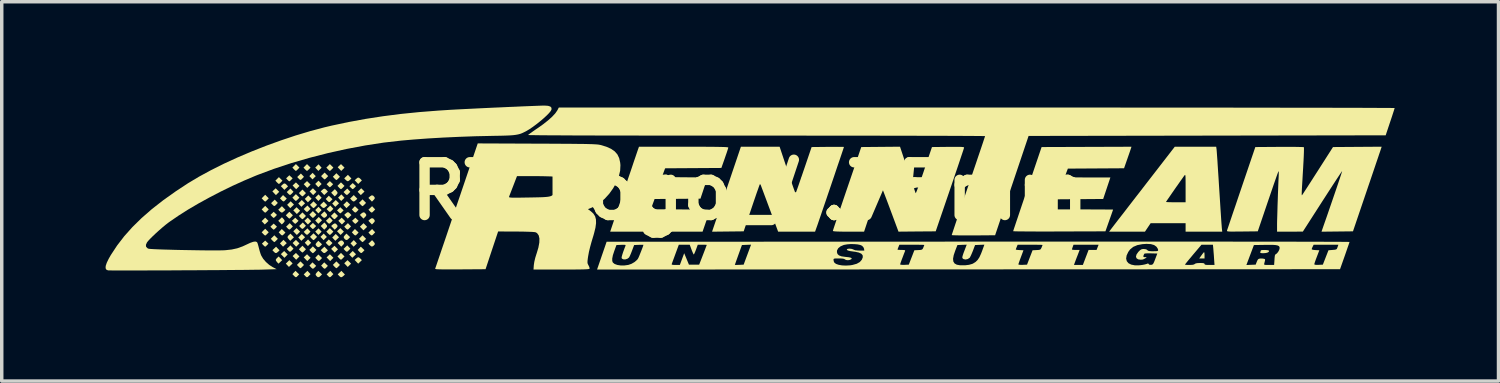
<source format=kicad_pcb>
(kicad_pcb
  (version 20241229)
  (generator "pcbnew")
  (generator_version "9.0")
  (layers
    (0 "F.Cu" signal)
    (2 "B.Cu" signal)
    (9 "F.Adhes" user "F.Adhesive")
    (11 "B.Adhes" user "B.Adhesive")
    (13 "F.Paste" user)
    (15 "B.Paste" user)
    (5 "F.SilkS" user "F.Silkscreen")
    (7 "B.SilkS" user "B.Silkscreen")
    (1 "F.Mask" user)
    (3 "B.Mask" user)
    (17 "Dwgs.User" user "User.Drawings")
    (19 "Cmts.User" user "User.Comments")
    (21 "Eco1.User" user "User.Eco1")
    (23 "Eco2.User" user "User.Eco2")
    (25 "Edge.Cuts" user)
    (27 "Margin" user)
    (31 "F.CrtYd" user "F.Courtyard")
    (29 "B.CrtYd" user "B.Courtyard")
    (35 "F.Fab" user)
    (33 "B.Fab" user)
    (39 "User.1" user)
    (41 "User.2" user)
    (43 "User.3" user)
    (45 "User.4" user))
  (footprint "RT_Logo_4.75mm"
    (layer "F.Cu")
    (at 18.613 2.472)
    (property "Reference" "RT_Logo_4.75mm" (at 0 0 0) (layer "F.SilkS") (effects (font (size 1.524 1.524) (thickness 0.3))))
    (attr board_only exclude_from_pos_files exclude_from_bom)
    (fp_poly (pts (xy -13.907 0.86) (xy -13.96 0.912) (xy -14.014 0.963) (xy -14.059 0.915) (xy -14.104 0.867) (xy -14.002 0.765)) (stroke (width 0) (type solid)) (fill yes) (layer "F.SilkS"))
    (fp_poly (pts (xy -13.379 1.502) (xy -13.432 1.553) (xy -13.486 1.604) (xy -13.531 1.557) (xy -13.576 1.509) (xy -13.474 1.407)) (stroke (width 0) (type solid)) (fill yes) (layer "F.SilkS"))
    (fp_poly (pts (xy -13.352 1.83) (xy -13.447 1.926) (xy -13.498 1.872) (xy -13.55 1.819) (xy -13.502 1.774) (xy -13.454 1.729)) (stroke (width 0) (type solid)) (fill yes) (layer "F.SilkS"))
    (fp_poly (pts (xy -13.209 2.087) (xy -13.262 2.138) (xy -13.316 2.189) (xy -13.361 2.142) (xy -13.406 2.094) (xy -13.304 1.992)) (stroke (width 0) (type solid)) (fill yes) (layer "F.SilkS"))
    (fp_poly (pts (xy -13.171 0.388) (xy -13.225 0.44) (xy -13.278 0.491) (xy -13.323 0.443) (xy -13.368 0.395) (xy -13.266 0.293)) (stroke (width 0) (type solid)) (fill yes) (layer "F.SilkS"))
    (fp_poly (pts (xy -13.063 -0.202) (xy -13.012 -0.151) (xy -13.107 -0.056) (xy -13.159 -0.109) (xy -13.21 -0.163) (xy -13.114 -0.253)) (stroke (width 0) (type solid)) (fill yes) (layer "F.SilkS"))
    (fp_poly (pts (xy -13.063 1.459) (xy -13.012 1.51) (xy -13.107 1.605) (xy -13.159 1.551) (xy -13.21 1.498) (xy -13.114 1.408)) (stroke (width 0) (type solid)) (fill yes) (layer "F.SilkS"))
    (fp_poly (pts (xy -13.012 1.887) (xy -13.06 1.935) (xy -13.107 1.982) (xy -13.21 1.875) (xy -13.162 1.83) (xy -13.114 1.785)) (stroke (width 0) (type solid)) (fill yes) (layer "F.SilkS"))
    (fp_poly (pts (xy -12.85 0.351) (xy -12.904 0.402) (xy -12.957 0.453) (xy -13.002 0.405) (xy -13.047 0.358) (xy -12.945 0.256)) (stroke (width 0) (type solid)) (fill yes) (layer "F.SilkS"))
    (fp_poly (pts (xy -12.661 0.219) (xy -12.715 0.27) (xy -12.769 0.321) (xy -12.814 0.273) (xy -12.859 0.225) (xy -12.757 0.124)) (stroke (width 0) (type solid)) (fill yes) (layer "F.SilkS"))
    (fp_poly (pts (xy -12.522 0.019) (xy -12.617 0.114) (xy -12.668 0.06) (xy -12.719 0.007) (xy -12.671 -0.038) (xy -12.623 -0.083)) (stroke (width 0) (type solid)) (fill yes) (layer "F.SilkS"))
    (fp_poly (pts (xy -12.417 -0.727) (xy -12.372 -0.678) (xy -12.466 -0.584) (xy -12.511 -0.632) (xy -12.557 -0.68) (xy -12.462 -0.775)) (stroke (width 0) (type solid)) (fill yes) (layer "F.SilkS"))
    (fp_poly (pts (xy -12.417 -0.255) (xy -12.372 -0.207) (xy -12.466 -0.112) (xy -12.511 -0.16) (xy -12.557 -0.209) (xy -12.462 -0.303)) (stroke (width 0) (type solid)) (fill yes) (layer "F.SilkS"))
    (fp_poly (pts (xy -12.082 1.874) (xy -12.031 1.925) (xy -12.126 2.02) (xy -12.177 1.966) (xy -12.229 1.913) (xy -12.133 1.823)) (stroke (width 0) (type solid)) (fill yes) (layer "F.SilkS"))
    (fp_poly (pts (xy -11.899 1.679) (xy -11.946 1.727) (xy -11.994 1.775) (xy -12.097 1.668) (xy -12.049 1.623) (xy -12.001 1.578)) (stroke (width 0) (type solid)) (fill yes) (layer "F.SilkS"))
    (fp_poly (pts (xy -11.869 0.351) (xy -11.922 0.402) (xy -11.976 0.453) (xy -12.021 0.405) (xy -12.066 0.358) (xy -11.964 0.256)) (stroke (width 0) (type solid)) (fill yes) (layer "F.SilkS"))
    (fp_poly (pts (xy -11.742 0.817) (xy -11.691 0.868) (xy -11.786 0.963) (xy -11.838 0.91) (xy -11.889 0.856) (xy -11.793 0.766)) (stroke (width 0) (type solid)) (fill yes) (layer "F.SilkS"))
    (fp_poly (pts (xy -11.548 0.388) (xy -11.602 0.44) (xy -11.655 0.491) (xy -11.745 0.395) (xy -11.694 0.344) (xy -11.643 0.293)) (stroke (width 0) (type solid)) (fill yes) (layer "F.SilkS"))
    (fp_poly (pts (xy -11.133 0.011) (xy -11.186 0.062) (xy -11.24 0.114) (xy -11.285 0.066) (xy -11.33 0.018) (xy -11.228 -0.084)) (stroke (width 0) (type solid)) (fill yes) (layer "F.SilkS"))
    (fp_poly (pts (xy -13.648 -0.032) (xy -13.597 0.019) (xy -13.692 0.114) (xy -13.744 0.06) (xy -13.795 0.007) (xy -13.747 -0.038) (xy -13.699 -0.083)) (stroke (width 0) (type solid)) (fill yes) (layer "F.SilkS"))
    (fp_poly (pts (xy -13.044 0.515) (xy -12.993 0.566) (xy -13.041 0.614) (xy -13.088 0.661) (xy -13.191 0.554) (xy -13.143 0.509) (xy -13.095 0.464)) (stroke (width 0) (type solid)) (fill yes) (layer "F.SilkS"))
    (fp_poly (pts (xy -13.044 1.119) (xy -12.993 1.17) (xy -13.088 1.265) (xy -13.14 1.212) (xy -13.191 1.158) (xy -13.143 1.113) (xy -13.095 1.068)) (stroke (width 0) (type solid)) (fill yes) (layer "F.SilkS"))
    (fp_poly (pts (xy -12.85 1.332) (xy -12.904 1.383) (xy -12.957 1.435) (xy -13.002 1.387) (xy -13.047 1.339) (xy -12.996 1.288) (xy -12.945 1.237)) (stroke (width 0) (type solid)) (fill yes) (layer "F.SilkS"))
    (fp_poly (pts (xy -12.742 -0.24) (xy -12.691 -0.189) (xy -12.787 -0.094) (xy -12.838 -0.147) (xy -12.889 -0.201) (xy -12.841 -0.246) (xy -12.793 -0.291)) (stroke (width 0) (type solid)) (fill yes) (layer "F.SilkS"))
    (fp_poly (pts (xy -12.742 1.874) (xy -12.691 1.925) (xy -12.787 2.02) (xy -12.838 1.966) (xy -12.889 1.913) (xy -12.841 1.868) (xy -12.793 1.823)) (stroke (width 0) (type solid)) (fill yes) (layer "F.SilkS"))
    (fp_poly (pts (xy -12.724 0.817) (xy -12.673 0.868) (xy -12.768 0.963) (xy -12.819 0.91) (xy -12.87 0.856) (xy -12.822 0.811) (xy -12.774 0.766)) (stroke (width 0) (type solid)) (fill yes) (layer "F.SilkS"))
    (fp_poly (pts (xy -12.719 1.444) (xy -12.674 1.492) (xy -12.721 1.539) (xy -12.768 1.586) (xy -12.813 1.538) (xy -12.859 1.49) (xy -12.764 1.395)) (stroke (width 0) (type solid)) (fill yes) (layer "F.SilkS"))
    (fp_poly (pts (xy -12.587 -0.481) (xy -12.541 -0.433) (xy -12.636 -0.339) (xy -12.681 -0.387) (xy -12.726 -0.435) (xy -12.679 -0.482) (xy -12.632 -0.529)) (stroke (width 0) (type solid)) (fill yes) (layer "F.SilkS"))
    (fp_poly (pts (xy -12.417 0.142) (xy -12.372 0.19) (xy -12.466 0.284) (xy -12.511 0.236) (xy -12.557 0.188) (xy -12.509 0.14) (xy -12.462 0.093)) (stroke (width 0) (type solid)) (fill yes) (layer "F.SilkS"))
    (fp_poly (pts (xy -12.417 0.5) (xy -12.372 0.548) (xy -12.466 0.643) (xy -12.511 0.594) (xy -12.557 0.546) (xy -12.509 0.499) (xy -12.462 0.452)) (stroke (width 0) (type solid)) (fill yes) (layer "F.SilkS"))
    (fp_poly (pts (xy -12.417 1.123) (xy -12.372 1.171) (xy -12.466 1.265) (xy -12.511 1.217) (xy -12.557 1.169) (xy -12.509 1.122) (xy -12.462 1.075)) (stroke (width 0) (type solid)) (fill yes) (layer "F.SilkS"))
    (fp_poly (pts (xy -12.36 0.841) (xy -12.413 0.893) (xy -12.467 0.944) (xy -12.512 0.896) (xy -12.557 0.848) (xy -12.506 0.797) (xy -12.455 0.746)) (stroke (width 0) (type solid)) (fill yes) (layer "F.SilkS"))
    (fp_poly (pts (xy -11.869 1.332) (xy -11.922 1.383) (xy -11.976 1.435) (xy -12.021 1.387) (xy -12.066 1.339) (xy -12.015 1.288) (xy -11.964 1.237)) (stroke (width 0) (type solid)) (fill yes) (layer "F.SilkS"))
    (fp_poly (pts (xy -11.78 1.119) (xy -11.729 1.17) (xy -11.824 1.265) (xy -11.875 1.212) (xy -11.927 1.158) (xy -11.879 1.113) (xy -11.831 1.068)) (stroke (width 0) (type solid)) (fill yes) (layer "F.SilkS"))
    (fp_poly (pts (xy -11.761 -0.73) (xy -11.71 -0.679) (xy -11.805 -0.584) (xy -11.857 -0.638) (xy -11.908 -0.691) (xy -11.86 -0.736) (xy -11.812 -0.781)) (stroke (width 0) (type solid)) (fill yes) (layer "F.SilkS"))
    (fp_poly (pts (xy -11.756 0.142) (xy -11.711 0.19) (xy -11.806 0.284) (xy -11.851 0.236) (xy -11.896 0.188) (xy -11.849 0.14) (xy -11.802 0.093)) (stroke (width 0) (type solid)) (fill yes) (layer "F.SilkS"))
    (fp_poly (pts (xy -11.572 2.044) (xy -11.521 2.095) (xy -11.569 2.142) (xy -11.617 2.19) (xy -11.719 2.083) (xy -11.671 2.038) (xy -11.623 1.993)) (stroke (width 0) (type solid)) (fill yes) (layer "F.SilkS"))
    (fp_poly (pts (xy -11.426 1.775) (xy -11.378 1.823) (xy -11.485 1.925) (xy -11.53 1.877) (xy -11.575 1.829) (xy -11.524 1.778) (xy -11.473 1.728)) (stroke (width 0) (type solid)) (fill yes) (layer "F.SilkS"))
    (fp_poly (pts (xy -11.398 1.462) (xy -11.353 1.511) (xy -11.447 1.605) (xy -11.492 1.557) (xy -11.538 1.509) (xy -11.49 1.461) (xy -11.443 1.414)) (stroke (width 0) (type solid)) (fill yes) (layer "F.SilkS"))
    (fp_poly (pts (xy -13.417 1.196) (xy -13.458 1.24) (xy -13.493 1.273) (xy -13.518 1.279) (xy -13.548 1.257) (xy -13.568 1.236) (xy -13.612 1.189) (xy -13.523 1.094)) (stroke (width 0) (type solid)) (fill yes) (layer "F.SilkS"))
    (fp_poly (pts (xy -12.266 1.274) (xy -12.221 1.322) (xy -12.268 1.369) (xy -12.315 1.416) (xy -12.36 1.368) (xy -12.406 1.32) (xy -12.358 1.273) (xy -12.311 1.226)) (stroke (width 0) (type solid)) (fill yes) (layer "F.SilkS"))
    (fp_poly (pts (xy -12.052 0.849) (xy -12.096 0.896) (xy -12.133 0.932) (xy -12.159 0.939) (xy -12.187 0.919) (xy -12.206 0.9) (xy -12.247 0.856) (xy -12.141 0.754)) (stroke (width 0) (type solid)) (fill yes) (layer "F.SilkS"))
    (fp_poly (pts (xy -11.109 0.978) (xy -11.058 1.031) (xy -11.111 1.082) (xy -11.164 1.132) (xy -11.215 1.079) (xy -11.266 1.026) (xy -11.213 0.975) (xy -11.16 0.925)) (stroke (width 0) (type solid)) (fill yes) (layer "F.SilkS"))
    (fp_poly (pts (xy -13.681 0.292) (xy -13.637 0.34) (xy -13.681 0.387) (xy -13.718 0.422) (xy -13.744 0.43) (xy -13.772 0.41) (xy -13.791 0.39) (xy -13.832 0.347) (xy -13.726 0.245)) (stroke (width 0) (type solid)) (fill yes) (layer "F.SilkS"))
    (fp_poly (pts (xy -13.638 1.657) (xy -13.587 1.71) (xy -13.63 1.752) (xy -13.673 1.785) (xy -13.707 1.787) (xy -13.744 1.759) (xy -13.753 1.749) (xy -13.794 1.705) (xy -13.688 1.604)) (stroke (width 0) (type solid)) (fill yes) (layer "F.SilkS"))
    (fp_poly (pts (xy -13.392 -0.193) (xy -13.383 -0.183) (xy -13.342 -0.139) (xy -13.395 -0.088) (xy -13.448 -0.038) (xy -13.55 -0.144) (xy -13.506 -0.185) (xy -13.463 -0.219) (xy -13.43 -0.221)) (stroke (width 0) (type solid)) (fill yes) (layer "F.SilkS"))
    (fp_poly (pts (xy -13.379 0.215) (xy -13.42 0.258) (xy -13.455 0.292) (xy -13.481 0.297) (xy -13.51 0.275) (xy -13.53 0.255) (xy -13.575 0.208) (xy -13.53 0.16) (xy -13.486 0.113)) (stroke (width 0) (type solid)) (fill yes) (layer "F.SilkS"))
    (fp_poly (pts (xy -13.247 0.972) (xy -13.203 1.019) (xy -13.247 1.066) (xy -13.284 1.102) (xy -13.31 1.109) (xy -13.338 1.089) (xy -13.357 1.07) (xy -13.398 1.026) (xy -13.292 0.924)) (stroke (width 0) (type solid)) (fill yes) (layer "F.SilkS"))
    (fp_poly (pts (xy -13.229 -0.029) (xy -13.184 0.019) (xy -13.228 0.066) (xy -13.265 0.102) (xy -13.291 0.109) (xy -13.32 0.089) (xy -13.338 0.07) (xy -13.379 0.026) (xy -13.273 -0.076)) (stroke (width 0) (type solid)) (fill yes) (layer "F.SilkS"))
    (fp_poly (pts (xy -13.229 1.613) (xy -13.184 1.661) (xy -13.228 1.708) (xy -13.265 1.743) (xy -13.291 1.751) (xy -13.32 1.731) (xy -13.338 1.711) (xy -13.379 1.668) (xy -13.273 1.566)) (stroke (width 0) (type solid)) (fill yes) (layer "F.SilkS"))
    (fp_poly (pts (xy -12.927 -0.463) (xy -12.882 -0.415) (xy -12.926 -0.368) (xy -12.963 -0.332) (xy -12.989 -0.325) (xy -13.018 -0.345) (xy -13.036 -0.364) (xy -13.077 -0.408) (xy -12.971 -0.51)) (stroke (width 0) (type solid)) (fill yes) (layer "F.SilkS"))
    (fp_poly (pts (xy -12.826 1) (xy -12.87 1.047) (xy -12.907 1.083) (xy -12.932 1.09) (xy -12.961 1.07) (xy -12.98 1.051) (xy -13.021 1.007) (xy -12.968 0.956) (xy -12.915 0.905)) (stroke (width 0) (type solid)) (fill yes) (layer "F.SilkS"))
    (fp_poly (pts (xy -12.693 0.51) (xy -12.738 0.557) (xy -12.774 0.592) (xy -12.8 0.6) (xy -12.829 0.58) (xy -12.848 0.56) (xy -12.889 0.517) (xy -12.836 0.466) (xy -12.782 0.415)) (stroke (width 0) (type solid)) (fill yes) (layer "F.SilkS"))
    (fp_poly (pts (xy -12.53 2.158) (xy -12.571 2.202) (xy -12.606 2.235) (xy -12.631 2.241) (xy -12.661 2.219) (xy -12.681 2.198) (xy -12.725 2.151) (xy -12.681 2.104) (xy -12.636 2.057)) (stroke (width 0) (type solid)) (fill yes) (layer "F.SilkS"))
    (fp_poly (pts (xy -12.241 1.657) (xy -12.19 1.71) (xy -12.234 1.752) (xy -12.277 1.785) (xy -12.31 1.787) (xy -12.347 1.759) (xy -12.357 1.749) (xy -12.398 1.705) (xy -12.292 1.604)) (stroke (width 0) (type solid)) (fill yes) (layer "F.SilkS"))
    (fp_poly (pts (xy -12.191 2.158) (xy -12.232 2.202) (xy -12.266 2.235) (xy -12.292 2.241) (xy -12.322 2.219) (xy -12.341 2.198) (xy -12.386 2.151) (xy -12.341 2.104) (xy -12.297 2.057)) (stroke (width 0) (type solid)) (fill yes) (layer "F.SilkS"))
    (fp_poly (pts (xy -12.077 0.462) (xy -12.033 0.51) (xy -12.077 0.557) (xy -12.114 0.592) (xy -12.14 0.6) (xy -12.168 0.58) (xy -12.187 0.56) (xy -12.228 0.517) (xy -12.122 0.415)) (stroke (width 0) (type solid)) (fill yes) (layer "F.SilkS"))
    (fp_poly (pts (xy -12.058 0.233) (xy -12.099 0.277) (xy -12.134 0.31) (xy -12.16 0.316) (xy -12.189 0.294) (xy -12.209 0.274) (xy -12.254 0.226) (xy -12.209 0.179) (xy -12.165 0.132)) (stroke (width 0) (type solid)) (fill yes) (layer "F.SilkS"))
    (fp_poly (pts (xy -11.587 -0.029) (xy -11.542 0.019) (xy -11.587 0.066) (xy -11.623 0.102) (xy -11.649 0.109) (xy -11.678 0.089) (xy -11.697 0.07) (xy -11.738 0.026) (xy -11.631 -0.076)) (stroke (width 0) (type solid)) (fill yes) (layer "F.SilkS"))
    (fp_poly (pts (xy -11.587 1.613) (xy -11.542 1.661) (xy -11.587 1.708) (xy -11.623 1.743) (xy -11.649 1.751) (xy -11.678 1.731) (xy -11.697 1.711) (xy -11.738 1.668) (xy -11.631 1.566)) (stroke (width 0) (type solid)) (fill yes) (layer "F.SilkS"))
    (fp_poly (pts (xy -11.568 0.972) (xy -11.523 1.019) (xy -11.568 1.066) (xy -11.605 1.102) (xy -11.63 1.109) (xy -11.659 1.089) (xy -11.678 1.07) (xy -11.719 1.026) (xy -11.612 0.924)) (stroke (width 0) (type solid)) (fill yes) (layer "F.SilkS"))
    (fp_poly (pts (xy -11.562 0.638) (xy -11.552 0.648) (xy -11.511 0.691) (xy -11.617 0.793) (xy -11.668 0.74) (xy -11.719 0.686) (xy -11.675 0.645) (xy -11.633 0.612) (xy -11.599 0.609)) (stroke (width 0) (type solid)) (fill yes) (layer "F.SilkS"))
    (fp_poly (pts (xy -11.562 -0.419) (xy -11.511 -0.365) (xy -11.555 -0.324) (xy -11.597 -0.291) (xy -11.631 -0.288) (xy -11.668 -0.317) (xy -11.678 -0.327) (xy -11.719 -0.37) (xy -11.613 -0.472)) (stroke (width 0) (type solid)) (fill yes) (layer "F.SilkS"))
    (fp_poly (pts (xy -11.304 1.196) (xy -11.345 1.24) (xy -11.379 1.273) (xy -11.405 1.279) (xy -11.435 1.257) (xy -11.455 1.236) (xy -11.499 1.189) (xy -11.454 1.141) (xy -11.41 1.094)) (stroke (width 0) (type solid)) (fill yes) (layer "F.SilkS"))
    (fp_poly (pts (xy -10.87 1.141) (xy -10.825 1.189) (xy -10.87 1.236) (xy -10.906 1.272) (xy -10.932 1.279) (xy -10.961 1.259) (xy -10.979 1.24) (xy -11.02 1.196) (xy -10.914 1.094)) (stroke (width 0) (type solid)) (fill yes) (layer "F.SilkS"))
    (fp_poly (pts (xy 13.128 1.773) (xy 13.133 1.813) (xy 13.134 1.848) (xy 13.134 1.944) (xy 12.981 1.944) (xy 13.043 1.857) (xy 13.079 1.808) (xy 13.108 1.773) (xy 13.119 1.762)) (stroke (width 0) (type solid)) (fill yes) (layer "F.SilkS"))
    (fp_poly (pts (xy -13.562 1.94) (xy -13.511 1.993) (xy -13.564 2.044) (xy -13.618 2.095) (xy -13.659 2.051) (xy -13.692 2.008) (xy -13.695 1.975) (xy -13.667 1.938) (xy -13.656 1.928) (xy -13.613 1.887)) (stroke (width 0) (type solid)) (fill yes) (layer "F.SilkS"))
    (fp_poly (pts (xy -13.477 0.798) (xy -13.444 0.841) (xy -13.441 0.874) (xy -13.47 0.912) (xy -13.48 0.921) (xy -13.523 0.962) (xy -13.574 0.909) (xy -13.625 0.856) (xy -13.572 0.805) (xy -13.518 0.754)) (stroke (width 0) (type solid)) (fill yes) (layer "F.SilkS"))
    (fp_poly (pts (xy -13.468 0.487) (xy -13.417 0.54) (xy -13.461 0.582) (xy -13.503 0.615) (xy -13.537 0.617) (xy -13.574 0.589) (xy -13.584 0.579) (xy -13.625 0.535) (xy -13.572 0.485) (xy -13.519 0.434)) (stroke (width 0) (type solid)) (fill yes) (layer "F.SilkS"))
    (fp_poly (pts (xy -13.222 1.28) (xy -13.172 1.333) (xy -13.225 1.384) (xy -13.278 1.435) (xy -13.319 1.391) (xy -13.353 1.348) (xy -13.355 1.315) (xy -13.327 1.277) (xy -13.317 1.268) (xy -13.273 1.227)) (stroke (width 0) (type solid)) (fill yes) (layer "F.SilkS"))
    (fp_poly (pts (xy -13.074 2.353) (xy -13.021 2.404) (xy -13.062 2.447) (xy -13.097 2.481) (xy -13.122 2.486) (xy -13.152 2.464) (xy -13.172 2.444) (xy -13.216 2.397) (xy -13.172 2.349) (xy -13.127 2.302)) (stroke (width 0) (type solid)) (fill yes) (layer "F.SilkS"))
    (fp_poly (pts (xy -13.013 -0.68) (xy -13.058 -0.633) (xy -13.091 -0.601) (xy -13.114 -0.585) (xy -13.115 -0.585) (xy -13.135 -0.597) (xy -13.168 -0.628) (xy -13.172 -0.633) (xy -13.217 -0.68) (xy -13.115 -0.782)) (stroke (width 0) (type solid)) (fill yes) (layer "F.SilkS"))
    (fp_poly (pts (xy -12.738 1.123) (xy -12.693 1.17) (xy -12.738 1.217) (xy -12.774 1.253) (xy -12.8 1.26) (xy -12.829 1.24) (xy -12.848 1.221) (xy -12.889 1.177) (xy -12.836 1.126) (xy -12.782 1.075)) (stroke (width 0) (type solid)) (fill yes) (layer "F.SilkS"))
    (fp_poly (pts (xy -12.738 2.349) (xy -12.693 2.397) (xy -12.738 2.444) (xy -12.774 2.479) (xy -12.8 2.487) (xy -12.829 2.467) (xy -12.848 2.447) (xy -12.889 2.404) (xy -12.836 2.353) (xy -12.782 2.302)) (stroke (width 0) (type solid)) (fill yes) (layer "F.SilkS"))
    (fp_poly (pts (xy -12.523 1.697) (xy -12.567 1.745) (xy -12.601 1.777) (xy -12.623 1.792) (xy -12.625 1.793) (xy -12.644 1.78) (xy -12.677 1.75) (xy -12.682 1.745) (xy -12.726 1.697) (xy -12.625 1.595)) (stroke (width 0) (type solid)) (fill yes) (layer "F.SilkS"))
    (fp_poly (pts (xy -12.413 1.881) (xy -12.36 1.932) (xy -12.401 1.976) (xy -12.436 2.009) (xy -12.462 2.015) (xy -12.491 1.993) (xy -12.511 1.972) (xy -12.556 1.925) (xy -12.511 1.877) (xy -12.467 1.83)) (stroke (width 0) (type solid)) (fill yes) (layer "F.SilkS"))
    (fp_poly (pts (xy -12.26 0.355) (xy -12.209 0.408) (xy -12.253 0.449) (xy -12.296 0.483) (xy -12.329 0.485) (xy -12.366 0.457) (xy -12.376 0.447) (xy -12.417 0.403) (xy -12.364 0.353) (xy -12.311 0.302)) (stroke (width 0) (type solid)) (fill yes) (layer "F.SilkS"))
    (fp_poly (pts (xy -12.251 0.949) (xy -12.217 0.992) (xy -12.215 1.025) (xy -12.243 1.063) (xy -12.253 1.072) (xy -12.297 1.113) (xy -12.347 1.06) (xy -12.398 1.007) (xy -12.345 0.956) (xy -12.292 0.905)) (stroke (width 0) (type solid)) (fill yes) (layer "F.SilkS"))
    (fp_poly (pts (xy -12.241 -0.042) (xy -12.232 -0.032) (xy -12.191 0.012) (xy -12.244 0.063) (xy -12.297 0.113) (xy -12.347 0.06) (xy -12.398 0.007) (xy -12.355 -0.034) (xy -12.312 -0.068) (xy -12.278 -0.07)) (stroke (width 0) (type solid)) (fill yes) (layer "F.SilkS"))
    (fp_poly (pts (xy -12.112 1.447) (xy -12.058 1.498) (xy -12.099 1.541) (xy -12.134 1.575) (xy -12.16 1.581) (xy -12.189 1.559) (xy -12.209 1.538) (xy -12.254 1.491) (xy -12.209 1.443) (xy -12.165 1.396)) (stroke (width 0) (type solid)) (fill yes) (layer "F.SilkS"))
    (fp_poly (pts (xy -12.077 2.349) (xy -12.033 2.397) (xy -12.077 2.444) (xy -12.114 2.479) (xy -12.14 2.487) (xy -12.168 2.467) (xy -12.187 2.447) (xy -12.228 2.404) (xy -12.175 2.353) (xy -12.122 2.302)) (stroke (width 0) (type solid)) (fill yes) (layer "F.SilkS"))
    (fp_poly (pts (xy -12.032 -0.68) (xy -12.077 -0.633) (xy -12.11 -0.601) (xy -12.132 -0.585) (xy -12.134 -0.585) (xy -12.154 -0.597) (xy -12.186 -0.628) (xy -12.191 -0.633) (xy -12.236 -0.68) (xy -12.134 -0.782)) (stroke (width 0) (type solid)) (fill yes) (layer "F.SilkS"))
    (fp_poly (pts (xy -11.949 -0.013) (xy -11.915 0.03) (xy -11.913 0.063) (xy -11.941 0.1) (xy -11.951 0.11) (xy -11.995 0.151) (xy -12.046 0.098) (xy -12.096 0.045) (xy -12.043 -0.006) (xy -11.99 -0.057)) (stroke (width 0) (type solid)) (fill yes) (layer "F.SilkS"))
    (fp_poly (pts (xy -11.9 0.716) (xy -11.945 0.764) (xy -11.978 0.796) (xy -12 0.811) (xy -12.002 0.811) (xy -12.022 0.799) (xy -12.054 0.769) (xy -12.059 0.764) (xy -12.104 0.716) (xy -12.002 0.614)) (stroke (width 0) (type solid)) (fill yes) (layer "F.SilkS"))
    (fp_poly (pts (xy -11.75 2.355) (xy -11.699 2.408) (xy -11.743 2.45) (xy -11.786 2.483) (xy -11.819 2.486) (xy -11.857 2.457) (xy -11.866 2.447) (xy -11.907 2.404) (xy -11.854 2.353) (xy -11.801 2.302)) (stroke (width 0) (type solid)) (fill yes) (layer "F.SilkS"))
    (fp_poly (pts (xy -11.549 1.328) (xy -11.59 1.372) (xy -11.633 1.408) (xy -11.669 1.41) (xy -11.706 1.381) (xy -11.732 1.345) (xy -11.732 1.315) (xy -11.703 1.277) (xy -11.696 1.27) (xy -11.655 1.226)) (stroke (width 0) (type solid)) (fill yes) (layer "F.SilkS"))
    (fp_poly (pts (xy -11.392 0.166) (xy -11.341 0.219) (xy -11.385 0.261) (xy -11.427 0.294) (xy -11.461 0.297) (xy -11.498 0.268) (xy -11.508 0.258) (xy -11.549 0.215) (xy -11.496 0.164) (xy -11.443 0.113)) (stroke (width 0) (type solid)) (fill yes) (layer "F.SilkS"))
    (fp_poly (pts (xy -11.357 0.485) (xy -11.304 0.535) (xy -11.345 0.579) (xy -11.379 0.612) (xy -11.405 0.618) (xy -11.435 0.596) (xy -11.455 0.576) (xy -11.499 0.528) (xy -11.454 0.481) (xy -11.41 0.434)) (stroke (width 0) (type solid)) (fill yes) (layer "F.SilkS"))
    (fp_poly (pts (xy -11.26 -0.363) (xy -11.25 -0.353) (xy -11.209 -0.309) (xy -11.262 -0.258) (xy -11.315 -0.207) (xy -11.366 -0.261) (xy -11.417 -0.314) (xy -11.373 -0.355) (xy -11.331 -0.388) (xy -11.297 -0.391)) (stroke (width 0) (type solid)) (fill yes) (layer "F.SilkS"))
    (fp_poly (pts (xy -11.26 1.94) (xy -11.25 1.95) (xy -11.209 1.993) (xy -11.262 2.044) (xy -11.315 2.095) (xy -11.366 2.042) (xy -11.417 1.988) (xy -11.373 1.947) (xy -11.331 1.914) (xy -11.297 1.911)) (stroke (width 0) (type solid)) (fill yes) (layer "F.SilkS"))
    (fp_poly (pts (xy -11.187 1.655) (xy -11.134 1.705) (xy -11.175 1.749) (xy -11.21 1.782) (xy -11.235 1.788) (xy -11.265 1.766) (xy -11.285 1.746) (xy -11.329 1.698) (xy -11.285 1.651) (xy -11.24 1.604)) (stroke (width 0) (type solid)) (fill yes) (layer "F.SilkS"))
    (fp_poly (pts (xy -10.87 0.481) (xy -10.825 0.528) (xy -10.87 0.576) (xy -10.906 0.611) (xy -10.932 0.619) (xy -10.961 0.598) (xy -10.979 0.579) (xy -11.02 0.535) (xy -10.967 0.485) (xy -10.914 0.434)) (stroke (width 0) (type solid)) (fill yes) (layer "F.SilkS"))
    (fp_poly (pts (xy -13.662 1.026) (xy -13.703 1.07) (xy -13.735 1.1) (xy -13.756 1.113) (xy -13.757 1.113) (xy -13.777 1.101) (xy -13.809 1.071) (xy -13.81 1.07) (xy -13.851 1.026) (xy -13.804 0.981) (xy -13.757 0.937)) (stroke (width 0) (type solid)) (fill yes) (layer "F.SilkS"))
    (fp_poly (pts (xy -13.253 0.646) (xy -13.202 0.697) (xy -13.247 0.745) (xy -13.28 0.777) (xy -13.302 0.792) (xy -13.304 0.793) (xy -13.324 0.78) (xy -13.356 0.75) (xy -13.361 0.745) (xy -13.406 0.697) (xy -13.304 0.595)) (stroke (width 0) (type solid)) (fill yes) (layer "F.SilkS"))
    (fp_poly (pts (xy -12.932 2.08) (xy -12.881 2.131) (xy -12.926 2.179) (xy -12.959 2.211) (xy -12.982 2.226) (xy -12.983 2.227) (xy -13.003 2.214) (xy -13.036 2.184) (xy -13.04 2.179) (xy -13.085 2.131) (xy -12.983 2.029)) (stroke (width 0) (type solid)) (fill yes) (layer "F.SilkS"))
    (fp_poly (pts (xy -12.875 0.005) (xy -12.825 0.056) (xy -12.869 0.103) (xy -12.903 0.135) (xy -12.925 0.151) (xy -12.926 0.151) (xy -12.946 0.139) (xy -12.979 0.108) (xy -12.984 0.103) (xy -13.028 0.056) (xy -12.926 -0.046)) (stroke (width 0) (type solid)) (fill yes) (layer "F.SilkS"))
    (fp_poly (pts (xy -12.555 1.269) (xy -12.504 1.32) (xy -12.549 1.368) (xy -12.582 1.4) (xy -12.604 1.415) (xy -12.606 1.415) (xy -12.626 1.403) (xy -12.658 1.372) (xy -12.663 1.368) (xy -12.708 1.32) (xy -12.606 1.218)) (stroke (width 0) (type solid)) (fill yes) (layer "F.SilkS"))
    (fp_poly (pts (xy -12.504 0.395) (xy -12.549 0.443) (xy -12.582 0.475) (xy -12.604 0.49) (xy -12.606 0.491) (xy -12.626 0.478) (xy -12.658 0.448) (xy -12.663 0.443) (xy -12.708 0.395) (xy -12.657 0.344) (xy -12.606 0.293)) (stroke (width 0) (type solid)) (fill yes) (layer "F.SilkS"))
    (fp_poly (pts (xy -12.413 1.485) (xy -12.36 1.536) (xy -12.401 1.579) (xy -12.445 1.615) (xy -12.481 1.618) (xy -12.518 1.588) (xy -12.544 1.553) (xy -12.543 1.523) (xy -12.514 1.485) (xy -12.508 1.478) (xy -12.467 1.434)) (stroke (width 0) (type solid)) (fill yes) (layer "F.SilkS"))
    (fp_poly (pts (xy -12.413 2.353) (xy -12.36 2.404) (xy -12.401 2.447) (xy -12.445 2.483) (xy -12.481 2.486) (xy -12.518 2.456) (xy -12.544 2.421) (xy -12.543 2.391) (xy -12.514 2.353) (xy -12.508 2.346) (xy -12.467 2.302)) (stroke (width 0) (type solid)) (fill yes) (layer "F.SilkS"))
    (fp_poly (pts (xy -11.961 0.939) (xy -11.921 0.983) (xy -11.918 0.987) (xy -11.911 1.016) (xy -11.929 1.048) (xy -11.946 1.066) (xy -11.994 1.114) (xy -12.045 1.061) (xy -12.097 1.007) (xy -12.048 0.962) (xy -12.002 0.933)) (stroke (width 0) (type solid)) (fill yes) (layer "F.SilkS"))
    (fp_poly (pts (xy -11.894 2.08) (xy -11.843 2.131) (xy -11.888 2.179) (xy -11.921 2.211) (xy -11.944 2.226) (xy -11.945 2.227) (xy -11.965 2.214) (xy -11.998 2.184) (xy -12.002 2.179) (xy -12.047 2.131) (xy -11.945 2.029)) (stroke (width 0) (type solid)) (fill yes) (layer "F.SilkS"))
    (fp_poly (pts (xy -11.843 -0.416) (xy -11.888 -0.368) (xy -11.921 -0.336) (xy -11.944 -0.321) (xy -11.945 -0.321) (xy -11.965 -0.333) (xy -11.998 -0.364) (xy -12.002 -0.368) (xy -12.047 -0.416) (xy -11.996 -0.467) (xy -11.945 -0.518)) (stroke (width 0) (type solid)) (fill yes) (layer "F.SilkS"))
    (fp_poly (pts (xy -11.772 1.43) (xy -11.732 1.474) (xy -11.73 1.478) (xy -11.722 1.506) (xy -11.74 1.538) (xy -11.758 1.557) (xy -11.805 1.605) (xy -11.857 1.551) (xy -11.908 1.498) (xy -11.86 1.452) (xy -11.813 1.423)) (stroke (width 0) (type solid)) (fill yes) (layer "F.SilkS"))
    (fp_poly (pts (xy -11.762 -0.203) (xy -11.711 -0.152) (xy -11.756 -0.104) (xy -11.789 -0.072) (xy -11.812 -0.057) (xy -11.813 -0.057) (xy -11.833 -0.069) (xy -11.866 -0.099) (xy -11.87 -0.104) (xy -11.915 -0.152) (xy -11.813 -0.254)) (stroke (width 0) (type solid)) (fill yes) (layer "F.SilkS"))
    (fp_poly (pts (xy -11.711 1.886) (xy -11.756 1.934) (xy -11.789 1.966) (xy -11.812 1.981) (xy -11.813 1.981) (xy -11.833 1.969) (xy -11.866 1.939) (xy -11.87 1.934) (xy -11.915 1.886) (xy -11.864 1.835) (xy -11.813 1.784)) (stroke (width 0) (type solid)) (fill yes) (layer "F.SilkS"))
    (fp_poly (pts (xy -11.139 1.326) (xy -11.088 1.377) (xy -11.133 1.424) (xy -11.167 1.456) (xy -11.189 1.472) (xy -11.19 1.472) (xy -11.21 1.459) (xy -11.243 1.429) (xy -11.247 1.424) (xy -11.292 1.377) (xy -11.19 1.275)) (stroke (width 0) (type solid)) (fill yes) (layer "F.SilkS"))
    (fp_poly (pts (xy -11.131 0.618) (xy -11.091 0.662) (xy -11.088 0.666) (xy -11.08 0.695) (xy -11.099 0.727) (xy -11.116 0.746) (xy -11.164 0.793) (xy -11.215 0.74) (xy -11.266 0.686) (xy -11.218 0.641) (xy -11.172 0.612)) (stroke (width 0) (type solid)) (fill yes) (layer "F.SilkS"))
    (fp_poly (pts (xy -11.088 0.339) (xy -11.133 0.386) (xy -11.167 0.418) (xy -11.189 0.434) (xy -11.19 0.434) (xy -11.21 0.422) (xy -11.243 0.391) (xy -11.247 0.386) (xy -11.292 0.339) (xy -11.241 0.288) (xy -11.19 0.237)) (stroke (width 0) (type solid)) (fill yes) (layer "F.SilkS"))
    (fp_poly (pts (xy -10.885 0.128) (xy -10.845 0.171) (xy -10.843 0.176) (xy -10.835 0.204) (xy -10.853 0.236) (xy -10.871 0.255) (xy -10.918 0.303) (xy -10.97 0.249) (xy -11.021 0.196) (xy -10.973 0.15) (xy -10.926 0.121)) (stroke (width 0) (type solid)) (fill yes) (layer "F.SilkS"))
    (fp_poly (pts (xy -10.885 0.788) (xy -10.845 0.832) (xy -10.843 0.836) (xy -10.835 0.865) (xy -10.853 0.897) (xy -10.871 0.915) (xy -10.918 0.963) (xy -10.97 0.91) (xy -11.021 0.856) (xy -10.973 0.811) (xy -10.926 0.782)) (stroke (width 0) (type solid)) (fill yes) (layer "F.SilkS"))
    (fp_poly (pts (xy -10.873 1.459) (xy -10.839 1.502) (xy -10.836 1.536) (xy -10.863 1.57) (xy -10.866 1.573) (xy -10.905 1.599) (xy -10.938 1.596) (xy -10.977 1.563) (xy -10.979 1.56) (xy -11.02 1.517) (xy -10.914 1.415)) (stroke (width 0) (type solid)) (fill yes) (layer "F.SilkS"))
    (fp_poly (pts (xy -13.955 1.472) (xy -13.908 1.516) (xy -13.949 1.56) (xy -13.981 1.591) (xy -14.002 1.604) (xy -14.002 1.604) (xy -14.022 1.592) (xy -14.054 1.562) (xy -14.056 1.56) (xy -14.097 1.516) (xy -14.049 1.472) (xy -14.002 1.428)) (stroke (width 0) (type solid)) (fill yes) (layer "F.SilkS"))
    (fp_poly (pts (xy -13.951 0.156) (xy -13.9 0.207) (xy -13.945 0.254) (xy -13.978 0.286) (xy -14.001 0.302) (xy -14.002 0.302) (xy -14.022 0.289) (xy -14.055 0.259) (xy -14.059 0.254) (xy -14.104 0.207) (xy -14.053 0.156) (xy -14.002 0.105)) (stroke (width 0) (type solid)) (fill yes) (layer "F.SilkS"))
    (fp_poly (pts (xy -13.951 0.476) (xy -13.9 0.527) (xy -13.945 0.575) (xy -13.978 0.607) (xy -14.001 0.622) (xy -14.002 0.623) (xy -14.022 0.61) (xy -14.055 0.58) (xy -14.059 0.575) (xy -14.104 0.527) (xy -14.053 0.476) (xy -14.002 0.425)) (stroke (width 0) (type solid)) (fill yes) (layer "F.SilkS"))
    (fp_poly (pts (xy -13.951 1.137) (xy -13.9 1.188) (xy -13.945 1.236) (xy -13.978 1.268) (xy -14.001 1.283) (xy -14.002 1.283) (xy -14.022 1.271) (xy -14.055 1.24) (xy -14.059 1.236) (xy -14.104 1.188) (xy -14.053 1.137) (xy -14.002 1.086)) (stroke (width 0) (type solid)) (fill yes) (layer "F.SilkS"))
    (fp_poly (pts (xy -13.709 0.642) (xy -13.662 0.686) (xy -13.703 0.73) (xy -13.735 0.76) (xy -13.756 0.774) (xy -13.757 0.774) (xy -13.777 0.761) (xy -13.809 0.731) (xy -13.81 0.73) (xy -13.851 0.686) (xy -13.804 0.642) (xy -13.757 0.597)) (stroke (width 0) (type solid)) (fill yes) (layer "F.SilkS"))
    (fp_poly (pts (xy -13.687 1.326) (xy -13.636 1.377) (xy -13.681 1.424) (xy -13.714 1.456) (xy -13.736 1.472) (xy -13.738 1.472) (xy -13.758 1.459) (xy -13.79 1.429) (xy -13.795 1.424) (xy -13.84 1.377) (xy -13.789 1.326) (xy -13.738 1.275)) (stroke (width 0) (type solid)) (fill yes) (layer "F.SilkS"))
    (fp_poly (pts (xy -13.555 -0.354) (xy -13.504 -0.303) (xy -13.549 -0.255) (xy -13.582 -0.223) (xy -13.604 -0.208) (xy -13.606 -0.208) (xy -13.626 -0.22) (xy -13.658 -0.25) (xy -13.663 -0.255) (xy -13.708 -0.303) (xy -13.657 -0.354) (xy -13.606 -0.405)) (stroke (width 0) (type solid)) (fill yes) (layer "F.SilkS"))
    (fp_poly (pts (xy -13.257 -0.415) (xy -13.209 -0.371) (xy -13.25 -0.327) (xy -13.283 -0.296) (xy -13.303 -0.283) (xy -13.304 -0.283) (xy -13.324 -0.295) (xy -13.356 -0.325) (xy -13.357 -0.327) (xy -13.398 -0.371) (xy -13.351 -0.415) (xy -13.304 -0.459)) (stroke (width 0) (type solid)) (fill yes) (layer "F.SilkS"))
    (fp_poly (pts (xy -13.087 0.812) (xy -13.039 0.856) (xy -13.081 0.9) (xy -13.113 0.93) (xy -13.134 0.944) (xy -13.134 0.944) (xy -13.154 0.931) (xy -13.186 0.901) (xy -13.187 0.9) (xy -13.229 0.856) (xy -13.181 0.812) (xy -13.134 0.767)) (stroke (width 0) (type solid)) (fill yes) (layer "F.SilkS"))
    (fp_poly (pts (xy -13.064 0.137) (xy -13.013 0.188) (xy -13.058 0.235) (xy -13.091 0.267) (xy -13.114 0.283) (xy -13.115 0.283) (xy -13.135 0.271) (xy -13.168 0.24) (xy -13.172 0.235) (xy -13.217 0.188) (xy -13.166 0.137) (xy -13.115 0.086)) (stroke (width 0) (type solid)) (fill yes) (layer "F.SilkS"))
    (fp_poly (pts (xy -12.875 0.665) (xy -12.825 0.716) (xy -12.869 0.764) (xy -12.903 0.796) (xy -12.925 0.811) (xy -12.926 0.811) (xy -12.946 0.799) (xy -12.979 0.769) (xy -12.984 0.764) (xy -13.028 0.716) (xy -12.977 0.665) (xy -12.926 0.614)) (stroke (width 0) (type solid)) (fill yes) (layer "F.SilkS"))
    (fp_poly (pts (xy -12.875 1.628) (xy -12.825 1.678) (xy -12.869 1.726) (xy -12.903 1.758) (xy -12.925 1.774) (xy -12.926 1.774) (xy -12.946 1.761) (xy -12.979 1.731) (xy -12.984 1.726) (xy -13.028 1.678) (xy -12.977 1.628) (xy -12.926 1.577)) (stroke (width 0) (type solid)) (fill yes) (layer "F.SilkS"))
    (fp_poly (pts (xy -12.743 -0.731) (xy -12.692 -0.68) (xy -12.737 -0.633) (xy -12.771 -0.601) (xy -12.793 -0.585) (xy -12.794 -0.585) (xy -12.814 -0.597) (xy -12.847 -0.628) (xy -12.851 -0.633) (xy -12.896 -0.68) (xy -12.845 -0.731) (xy -12.794 -0.782)) (stroke (width 0) (type solid)) (fill yes) (layer "F.SilkS"))
    (fp_poly (pts (xy -12.577 0.963) (xy -12.53 1.007) (xy -12.571 1.051) (xy -12.603 1.081) (xy -12.624 1.094) (xy -12.625 1.095) (xy -12.645 1.082) (xy -12.677 1.052) (xy -12.678 1.051) (xy -12.719 1.007) (xy -12.672 0.963) (xy -12.625 0.918)) (stroke (width 0) (type solid)) (fill yes) (layer "F.SilkS"))
    (fp_poly (pts (xy -12.574 0.627) (xy -12.523 0.678) (xy -12.567 0.726) (xy -12.601 0.758) (xy -12.623 0.773) (xy -12.625 0.774) (xy -12.644 0.761) (xy -12.677 0.731) (xy -12.682 0.726) (xy -12.726 0.678) (xy -12.675 0.627) (xy -12.625 0.576)) (stroke (width 0) (type solid)) (fill yes) (layer "F.SilkS"))
    (fp_poly (pts (xy -12.251 0.628) (xy -12.217 0.672) (xy -12.214 0.705) (xy -12.241 0.74) (xy -12.244 0.742) (xy -12.282 0.769) (xy -12.315 0.766) (xy -12.355 0.732) (xy -12.357 0.73) (xy -12.398 0.686) (xy -12.345 0.635) (xy -12.292 0.585)) (stroke (width 0) (type solid)) (fill yes) (layer "F.SilkS"))
    (fp_poly (pts (xy -12.234 -0.486) (xy -12.183 -0.435) (xy -12.228 -0.387) (xy -12.261 -0.355) (xy -12.283 -0.34) (xy -12.285 -0.34) (xy -12.305 -0.352) (xy -12.337 -0.383) (xy -12.342 -0.387) (xy -12.387 -0.435) (xy -12.336 -0.486) (xy -12.285 -0.537)) (stroke (width 0) (type solid)) (fill yes) (layer "F.SilkS"))
    (fp_poly (pts (xy -12.087 -0.245) (xy -12.039 -0.201) (xy -12.08 -0.157) (xy -12.113 -0.127) (xy -12.133 -0.113) (xy -12.134 -0.113) (xy -12.154 -0.126) (xy -12.186 -0.156) (xy -12.187 -0.157) (xy -12.228 -0.201) (xy -12.181 -0.245) (xy -12.134 -0.29)) (stroke (width 0) (type solid)) (fill yes) (layer "F.SilkS"))
    (fp_poly (pts (xy -12.083 1.118) (xy -12.032 1.169) (xy -12.077 1.217) (xy -12.11 1.249) (xy -12.132 1.264) (xy -12.134 1.264) (xy -12.154 1.252) (xy -12.186 1.221) (xy -12.191 1.217) (xy -12.236 1.169) (xy -12.185 1.118) (xy -12.134 1.067)) (stroke (width 0) (type solid)) (fill yes) (layer "F.SilkS"))
    (fp_poly (pts (xy -11.785 0.51) (xy -11.737 0.554) (xy -11.779 0.598) (xy -11.811 0.628) (xy -11.832 0.642) (xy -11.832 0.642) (xy -11.852 0.629) (xy -11.884 0.599) (xy -11.885 0.598) (xy -11.927 0.554) (xy -11.879 0.51) (xy -11.832 0.465)) (stroke (width 0) (type solid)) (fill yes) (layer "F.SilkS"))
    (fp_poly (pts (xy -11.426 -0.189) (xy -11.379 -0.144) (xy -11.42 -0.1) (xy -11.452 -0.07) (xy -11.473 -0.057) (xy -11.473 -0.057) (xy -11.494 -0.069) (xy -11.525 -0.099) (xy -11.527 -0.1) (xy -11.568 -0.144) (xy -11.521 -0.189) (xy -11.473 -0.233)) (stroke (width 0) (type solid)) (fill yes) (layer "F.SilkS"))
    (fp_poly (pts (xy -11.351 0.812) (xy -11.303 0.856) (xy -11.344 0.9) (xy -11.377 0.93) (xy -11.397 0.944) (xy -11.398 0.944) (xy -11.418 0.931) (xy -11.45 0.901) (xy -11.451 0.9) (xy -11.492 0.856) (xy -11.445 0.812) (xy -11.398 0.767)) (stroke (width 0) (type solid)) (fill yes) (layer "F.SilkS"))
    (fp_poly (pts (xy 14.927 1.702) (xy 14.973 1.709) (xy 14.995 1.72) (xy 14.994 1.748) (xy 14.963 1.771) (xy 14.908 1.787) (xy 14.836 1.793) (xy 14.777 1.791) (xy 14.749 1.784) (xy 14.743 1.77) (xy 14.745 1.763) (xy 14.756 1.727) (xy 14.757 1.716) (xy 14.774 1.705) (xy 14.816 1.7) (xy 14.871 1.699)) (stroke (width 0) (type solid)) (fill yes) (layer "F.SilkS"))
    (fp_poly (pts (xy 11.01 -1.241) (xy 10.999 -1.208) (xy 10.979 -1.148) (xy 10.951 -1.067) (xy 10.918 -0.973) (xy 10.903 -0.93) (xy 10.809 -0.661) (xy 9.998 -0.656) (xy 9.186 -0.651) (xy 9.15 -0.557) (xy 9.128 -0.497) (xy 9.11 -0.447) (xy 9.104 -0.429) (xy 9.103 -0.421) (xy 9.109 -0.413) (xy 9.125 -0.408) (xy 9.155 -0.404) (xy 9.203 -0.401) (xy 9.272 -0.399) (xy 9.366 -0.397) (xy 9.488 -0.397) (xy 9.642 -0.396) (xy 9.753 -0.396) (xy 10.414 -0.396) (xy 10.31 -0.085) (xy 10.206 0.226) (xy 9.542 0.231) (xy 8.879 0.236) (xy 8.776 0.528) (xy 9.634 0.528) (xy 9.81 0.528) (xy 9.974 0.529) (xy 10.122 0.529) (xy 10.25 0.53) (xy 10.355 0.531) (xy 10.432 0.531) (xy 10.479 0.532) (xy 10.492 0.533) (xy 10.486 0.552) (xy 10.469 0.6) (xy 10.444 0.672) (xy 10.412 0.762) (xy 10.381 0.849) (xy 10.271 1.161) (xy 8.938 1.165) (xy 8.718 1.166) (xy 8.508 1.166) (xy 8.314 1.166) (xy 8.137 1.165) (xy 7.98 1.164) (xy 7.846 1.163) (xy 7.739 1.162) (xy 7.662 1.16) (xy 7.617 1.158) (xy 7.606 1.156) (xy 7.612 1.136) (xy 7.629 1.083) (xy 7.657 1.001) (xy 7.693 0.892) (xy 7.738 0.759) (xy 7.79 0.604) (xy 7.848 0.432) (xy 7.911 0.245) (xy 7.979 0.046) (xy 8.017 -0.066) (xy 8.427 -1.274) (xy 11.023 -1.283)) (stroke (width 0) (type solid)) (fill yes) (layer "F.SilkS"))
    (fp_poly (pts (xy 13.482 -1.203) (xy 13.485 -1.169) (xy 13.49 -1.102) (xy 13.497 -1.004) (xy 13.506 -0.88) (xy 13.515 -0.733) (xy 13.526 -0.567) (xy 13.538 -0.385) (xy 13.55 -0.192) (xy 13.558 -0.066) (xy 13.571 0.133) (xy 13.583 0.323) (xy 13.594 0.5) (xy 13.605 0.661) (xy 13.614 0.801) (xy 13.622 0.917) (xy 13.629 1.006) (xy 13.633 1.063) (xy 13.635 1.08) (xy 13.645 1.17) (xy 12.587 1.17) (xy 12.587 0.925) (xy 11.577 0.926) (xy 11.413 1.17) (xy 10.377 1.17) (xy 10.533 0.966) (xy 10.572 0.916) (xy 10.631 0.839) (xy 10.709 0.739) (xy 10.803 0.618) (xy 10.91 0.479) (xy 11.028 0.326) (xy 11.039 0.312) (xy 12.021 0.312) (xy 12.038 0.315) (xy 12.087 0.318) (xy 12.161 0.32) (xy 12.253 0.321) (xy 12.304 0.321) (xy 12.587 0.321) (xy 12.587 -0.087) (xy 12.587 -0.221) (xy 12.586 -0.321) (xy 12.585 -0.392) (xy 12.582 -0.437) (xy 12.578 -0.462) (xy 12.571 -0.469) (xy 12.562 -0.463) (xy 12.552 -0.451) (xy 12.526 -0.416) (xy 12.486 -0.359) (xy 12.433 -0.285) (xy 12.373 -0.199) (xy 12.307 -0.106) (xy 12.241 -0.011) (xy 12.178 0.08) (xy 12.121 0.163) (xy 12.073 0.232) (xy 12.039 0.283) (xy 12.022 0.309) (xy 12.021 0.312) (xy 11.039 0.312) (xy 11.155 0.162) (xy 11.289 -0.01) (xy 11.426 -0.188) (xy 11.482 -0.26) (xy 12.274 -1.283) (xy 13.471 -1.283)) (stroke (width 0) (type solid)) (fill yes) (layer "F.SilkS"))
    (fp_poly (pts (xy -1.652 -1.283) (xy -1.426 -1.283) (xy -1.233 -1.282) (xy -1.071 -1.281) (xy -0.938 -1.279) (xy -0.832 -1.277) (xy -0.75 -1.275) (xy -0.691 -1.272) (xy -0.651 -1.268) (xy -0.63 -1.264) (xy -0.624 -1.26) (xy -0.63 -1.234) (xy -0.647 -1.18) (xy -0.672 -1.104) (xy -0.704 -1.012) (xy -0.724 -0.953) (xy -0.824 -0.67) (xy -1.637 -0.665) (xy -2.449 -0.66) (xy -2.496 -0.533) (xy -2.543 -0.406) (xy -1.884 -0.401) (xy -1.708 -0.399) (xy -1.567 -0.398) (xy -1.457 -0.396) (xy -1.373 -0.394) (xy -1.313 -0.391) (xy -1.272 -0.387) (xy -1.248 -0.382) (xy -1.236 -0.376) (xy -1.234 -0.368) (xy -1.235 -0.363) (xy -1.244 -0.334) (xy -1.263 -0.277) (xy -1.289 -0.198) (xy -1.321 -0.105) (xy -1.337 -0.057) (xy -1.428 0.217) (xy -2.09 0.222) (xy -2.753 0.227) (xy -2.791 0.33) (xy -2.815 0.395) (xy -2.834 0.454) (xy -2.842 0.48) (xy -2.854 0.528) (xy -2.001 0.528) (xy -1.793 0.529) (xy -1.619 0.529) (xy -1.478 0.53) (xy -1.367 0.532) (xy -1.282 0.534) (xy -1.221 0.538) (xy -1.181 0.542) (xy -1.16 0.546) (xy -1.154 0.552) (xy -1.154 0.552) (xy -1.162 0.578) (xy -1.181 0.632) (xy -1.207 0.709) (xy -1.239 0.802) (xy -1.264 0.873) (xy -1.367 1.17) (xy -4.036 1.17) (xy -3.652 0.033) (xy -3.584 -0.168) (xy -3.519 -0.361) (xy -3.457 -0.541) (xy -3.401 -0.707) (xy -3.352 -0.854) (xy -3.309 -0.979) (xy -3.275 -1.079) (xy -3.251 -1.15) (xy -3.237 -1.19) (xy -3.236 -1.194) (xy -3.204 -1.283) (xy -1.914 -1.283)) (stroke (width 0) (type solid)) (fill yes) (layer "F.SilkS"))
    (fp_poly (pts (xy 1.085 -0.605) (xy 1.135 -0.453) (xy 1.183 -0.314) (xy 1.225 -0.191) (xy 1.261 -0.088) (xy 1.29 -0.009) (xy 1.31 0.043) (xy 1.32 0.063) (xy 1.32 0.064) (xy 1.329 0.044) (xy 1.347 -0.007) (xy 1.376 -0.086) (xy 1.412 -0.189) (xy 1.454 -0.312) (xy 1.502 -0.45) (xy 1.553 -0.6) (xy 1.557 -0.61) (xy 1.783 -1.274) (xy 2.25 -1.279) (xy 2.379 -1.28) (xy 2.493 -1.28) (xy 2.59 -1.28) (xy 2.662 -1.28) (xy 2.706 -1.278) (xy 2.717 -1.277) (xy 2.711 -1.258) (xy 2.695 -1.208) (xy 2.668 -1.128) (xy 2.633 -1.024) (xy 2.591 -0.899) (xy 2.542 -0.757) (xy 2.489 -0.6) (xy 2.433 -0.433) (xy 2.374 -0.26) (xy 2.314 -0.083) (xy 2.254 0.092) (xy 2.196 0.264) (xy 2.14 0.427) (xy 2.088 0.579) (xy 2.042 0.715) (xy 2.001 0.833) (xy 1.969 0.928) (xy 1.945 0.997) (xy 1.932 1.033) (xy 1.883 1.17) (xy 0.816 1.17) (xy 0.575 0.524) (xy 0.519 0.374) (xy 0.467 0.234) (xy 0.42 0.109) (xy 0.38 0.001) (xy 0.348 -0.083) (xy 0.327 -0.141) (xy 0.317 -0.168) (xy 0.301 -0.197) (xy 0.288 -0.2) (xy 0.279 -0.18) (xy 0.26 -0.128) (xy 0.232 -0.048) (xy 0.195 0.055) (xy 0.153 0.179) (xy 0.105 0.318) (xy 0.054 0.469) (xy 0.048 0.487) (xy -0.179 1.161) (xy -1.093 1.171) (xy -0.837 0.42) (xy -0.775 0.235) (xy -0.709 0.041) (xy -0.642 -0.155) (xy -0.577 -0.346) (xy -0.517 -0.524) (xy -0.464 -0.68) (xy -0.421 -0.807) (xy -0.26 -1.283) (xy 0.859 -1.283)) (stroke (width 0) (type solid)) (fill yes) (layer "F.SilkS"))
    (fp_poly (pts (xy 4.558 -0.618) (xy 4.608 -0.467) (xy 4.655 -0.327) (xy 4.698 -0.203) (xy 4.734 -0.098) (xy 4.762 -0.016) (xy 4.781 0.038) (xy 4.791 0.06) (xy 4.791 0.06) (xy 4.799 0.046) (xy 4.818 -0.000038) (xy 4.847 -0.074) (xy 4.883 -0.173) (xy 4.925 -0.293) (xy 4.973 -0.429) (xy 5.024 -0.578) (xy 5.031 -0.6) (xy 5.26 -1.274) (xy 5.725 -1.279) (xy 5.875 -1.28) (xy 5.991 -1.28) (xy 6.077 -1.279) (xy 6.135 -1.276) (xy 6.171 -1.271) (xy 6.187 -1.264) (xy 6.188 -1.26) (xy 6.182 -1.238) (xy 6.165 -1.184) (xy 6.137 -1.1) (xy 6.1 -0.99) (xy 6.055 -0.855) (xy 6.003 -0.7) (xy 5.944 -0.527) (xy 5.881 -0.34) (xy 5.813 -0.141) (xy 5.778 -0.038) (xy 5.368 1.161) (xy 4.831 1.165) (xy 4.293 1.17) (xy 4.04 0.49) (xy 3.983 0.338) (xy 3.93 0.198) (xy 3.882 0.073) (xy 3.841 -0.033) (xy 3.808 -0.116) (xy 3.785 -0.173) (xy 3.774 -0.198) (xy 3.773 -0.199) (xy 3.764 -0.184) (xy 3.745 -0.136) (xy 3.717 -0.061) (xy 3.681 0.04) (xy 3.638 0.16) (xy 3.591 0.298) (xy 3.54 0.448) (xy 3.529 0.481) (xy 3.299 1.17) (xy 2.848 1.17) (xy 2.699 1.17) (xy 2.584 1.168) (xy 2.501 1.165) (xy 2.444 1.161) (xy 2.411 1.156) (xy 2.398 1.149) (xy 2.398 1.146) (xy 2.404 1.125) (xy 2.421 1.071) (xy 2.449 0.987) (xy 2.486 0.876) (xy 2.531 0.742) (xy 2.583 0.587) (xy 2.642 0.414) (xy 2.705 0.227) (xy 2.773 0.027) (xy 2.808 -0.075) (xy 3.217 -1.274) (xy 3.777 -1.279) (xy 4.337 -1.284)) (stroke (width 0) (type solid)) (fill yes) (layer "F.SilkS"))
    (fp_poly (pts (xy 18.237 -1.241) (xy 18.229 -1.216) (xy 18.21 -1.159) (xy 18.18 -1.072) (xy 18.142 -0.958) (xy 18.095 -0.821) (xy 18.042 -0.664) (xy 17.983 -0.49) (xy 17.919 -0.301) (xy 17.851 -0.102) (xy 17.823 -0.019) (xy 17.422 1.161) (xy 16.513 1.171) (xy 16.58 0.977) (xy 16.664 0.738) (xy 16.742 0.511) (xy 16.815 0.299) (xy 16.882 0.104) (xy 16.942 -0.071) (xy 16.994 -0.225) (xy 17.037 -0.354) (xy 17.071 -0.456) (xy 17.095 -0.529) (xy 17.107 -0.57) (xy 17.109 -0.579) (xy 17.098 -0.565) (xy 17.068 -0.522) (xy 17.022 -0.453) (xy 16.961 -0.361) (xy 16.887 -0.248) (xy 16.802 -0.117) (xy 16.708 0.028) (xy 16.606 0.186) (xy 16.538 0.291) (xy 15.974 1.169) (xy 15.601 1.17) (xy 15.229 1.17) (xy 15.229 1.003) (xy 15.229 0.935) (xy 15.231 0.837) (xy 15.235 0.713) (xy 15.239 0.571) (xy 15.243 0.417) (xy 15.249 0.257) (xy 15.254 0.097) (xy 15.26 -0.056) (xy 15.265 -0.196) (xy 15.27 -0.316) (xy 15.275 -0.41) (xy 15.275 -0.413) (xy 15.278 -0.488) (xy 15.278 -0.544) (xy 15.274 -0.574) (xy 15.271 -0.577) (xy 15.263 -0.557) (xy 15.243 -0.505) (xy 15.214 -0.424) (xy 15.177 -0.318) (xy 15.132 -0.19) (xy 15.082 -0.044) (xy 15.027 0.117) (xy 14.968 0.289) (xy 14.965 0.298) (xy 14.672 1.161) (xy 14.222 1.166) (xy 14.081 1.167) (xy 13.973 1.168) (xy 13.894 1.168) (xy 13.84 1.166) (xy 13.806 1.162) (xy 13.788 1.156) (xy 13.782 1.148) (xy 13.784 1.137) (xy 13.785 1.131) (xy 13.793 1.107) (xy 13.813 1.05) (xy 13.842 0.964) (xy 13.88 0.851) (xy 13.926 0.714) (xy 13.979 0.558) (xy 14.039 0.383) (xy 14.102 0.195) (xy 14.17 -0.005) (xy 14.199 -0.091) (xy 14.601 -1.274) (xy 15.296 -1.279) (xy 15.454 -1.279) (xy 15.601 -1.279) (xy 15.731 -1.279) (xy 15.84 -1.277) (xy 15.925 -1.275) (xy 15.981 -1.273) (xy 16.004 -1.269) (xy 16.004 -1.269) (xy 16.006 -1.248) (xy 16.006 -1.193) (xy 16.004 -1.11) (xy 16 -1.003) (xy 15.994 -0.878) (xy 15.986 -0.739) (xy 15.983 -0.679) (xy 15.971 -0.483) (xy 15.962 -0.322) (xy 15.954 -0.192) (xy 15.948 -0.089) (xy 15.944 -0.012) (xy 15.942 0.044) (xy 15.941 0.082) (xy 15.942 0.105) (xy 15.944 0.116) (xy 15.947 0.119) (xy 15.951 0.116) (xy 15.952 0.115) (xy 15.965 0.096) (xy 15.996 0.049) (xy 16.043 -0.023) (xy 16.104 -0.117) (xy 16.177 -0.23) (xy 16.259 -0.358) (xy 16.348 -0.497) (xy 16.406 -0.587) (xy 16.845 -1.274) (xy 17.548 -1.279) (xy 18.251 -1.284)) (stroke (width 0) (type solid)) (fill yes) (layer "F.SilkS"))
    (fp_poly (pts (xy 7.226 -2.415) (xy 7.89 -2.415) (xy 8.544 -2.415) (xy 9.186 -2.415) (xy 9.816 -2.415) (xy 10.433 -2.415) (xy 11.035 -2.414) (xy 11.622 -2.414) (xy 12.192 -2.414) (xy 12.745 -2.413) (xy 13.28 -2.413) (xy 13.795 -2.413) (xy 14.29 -2.412) (xy 14.764 -2.412) (xy 15.215 -2.411) (xy 15.642 -2.41) (xy 16.046 -2.41) (xy 16.424 -2.409) (xy 16.776 -2.409) (xy 17.1 -2.408) (xy 17.396 -2.407) (xy 17.662 -2.407) (xy 17.899 -2.406) (xy 18.104 -2.405) (xy 18.276 -2.404) (xy 18.415 -2.404) (xy 18.52 -2.403) (xy 18.589 -2.402) (xy 18.623 -2.401) (xy 18.625 -2.401) (xy 18.62 -2.38) (xy 18.604 -2.328) (xy 18.579 -2.251) (xy 18.548 -2.155) (xy 18.511 -2.044) (xy 18.496 -2) (xy 18.367 -1.613) (xy 13.209 -1.604) (xy 8.051 -1.595) (xy 7.568 -0.16) (xy 7.084 1.274) (xy 6.458 1.279) (xy 6.308 1.279) (xy 6.171 1.279) (xy 6.052 1.278) (xy 5.954 1.276) (xy 5.882 1.274) (xy 5.84 1.271) (xy 5.831 1.268) (xy 5.837 1.248) (xy 5.854 1.196) (xy 5.882 1.112) (xy 5.919 1.002) (xy 5.964 0.866) (xy 6.017 0.709) (xy 6.077 0.532) (xy 6.143 0.338) (xy 6.213 0.131) (xy 6.287 -0.088) (xy 6.312 -0.161) (xy 6.388 -0.383) (xy 6.459 -0.594) (xy 6.527 -0.793) (xy 6.588 -0.975) (xy 6.644 -1.139) (xy 6.692 -1.282) (xy 6.732 -1.401) (xy 6.762 -1.493) (xy 6.783 -1.556) (xy 6.793 -1.587) (xy 6.793 -1.59) (xy 6.775 -1.591) (xy 6.72 -1.592) (xy 6.63 -1.593) (xy 6.506 -1.594) (xy 6.35 -1.595) (xy 6.163 -1.596) (xy 5.946 -1.597) (xy 5.701 -1.598) (xy 5.429 -1.598) (xy 5.131 -1.599) (xy 4.81 -1.6) (xy 4.465 -1.601) (xy 4.099 -1.601) (xy 3.712 -1.602) (xy 3.307 -1.602) (xy 2.884 -1.603) (xy 2.446 -1.603) (xy 1.992 -1.603) (xy 1.525 -1.604) (xy 1.046 -1.604) (xy 0.556 -1.604) (xy 0.188 -1.604) (xy -0.492 -1.604) (xy -1.135 -1.604) (xy -1.741 -1.604) (xy -2.31 -1.605) (xy -2.843 -1.605) (xy -3.339 -1.606) (xy -3.798 -1.607) (xy -4.22 -1.607) (xy -4.605 -1.608) (xy -4.953 -1.609) (xy -5.264 -1.61) (xy -5.538 -1.612) (xy -5.774 -1.613) (xy -5.973 -1.614) (xy -6.135 -1.616) (xy -6.259 -1.618) (xy -6.346 -1.619) (xy -6.395 -1.621) (xy -6.407 -1.623) (xy -6.388 -1.639) (xy -6.343 -1.673) (xy -6.278 -1.719) (xy -6.198 -1.775) (xy -6.137 -1.816) (xy -5.973 -1.932) (xy -5.831 -2.044) (xy -5.714 -2.149) (xy -5.625 -2.244) (xy -5.567 -2.326) (xy -5.565 -2.33) (xy -5.52 -2.415) (xy 6.553 -2.415)) (stroke (width 0) (type solid)) (fill yes) (layer "F.SilkS"))
    (fp_poly (pts (xy -6.153 -1.372) (xy -5.855 -1.371) (xy -5.593 -1.37) (xy -5.364 -1.368) (xy -5.165 -1.367) (xy -4.995 -1.365) (xy -4.85 -1.364) (xy -4.728 -1.362) (xy -4.627 -1.359) (xy -4.545 -1.357) (xy -4.479 -1.353) (xy -4.426 -1.35) (xy -4.384 -1.346) (xy -4.352 -1.341) (xy -4.326 -1.336) (xy -4.32 -1.335) (xy -4.148 -1.284) (xy -4.011 -1.223) (xy -3.905 -1.149) (xy -3.827 -1.06) (xy -3.776 -0.953) (xy -3.747 -0.824) (xy -3.74 -0.752) (xy -3.748 -0.591) (xy -3.788 -0.422) (xy -3.856 -0.251) (xy -3.949 -0.084) (xy -4.062 0.074) (xy -4.192 0.217) (xy -4.335 0.34) (xy -4.488 0.438) (xy -4.576 0.479) (xy -4.678 0.52) (xy -4.589 0.586) (xy -4.52 0.65) (xy -4.472 0.725) (xy -4.447 0.816) (xy -4.444 0.925) (xy -4.462 1.058) (xy -4.501 1.216) (xy -4.52 1.283) (xy -4.575 1.465) (xy -4.617 1.619) (xy -4.649 1.752) (xy -4.671 1.871) (xy -4.681 1.934) (xy -4.69 2.009) (xy -4.692 2.059) (xy -4.686 2.096) (xy -4.669 2.131) (xy -4.661 2.146) (xy -4.638 2.194) (xy -4.63 2.232) (xy -4.631 2.239) (xy -4.639 2.245) (xy -4.661 2.251) (xy -4.699 2.255) (xy -4.756 2.258) (xy -4.836 2.261) (xy -4.941 2.262) (xy -5.074 2.264) (xy -5.239 2.264) (xy -5.439 2.264) (xy -6.251 2.264) (xy -6.242 2.136) (xy -6.228 2.043) (xy -6.201 1.928) (xy -6.162 1.802) (xy -6.161 1.802) (xy -6.11 1.631) (xy -6.083 1.486) (xy -6.08 1.368) (xy -6.101 1.277) (xy -6.147 1.214) (xy -6.183 1.191) (xy -6.22 1.183) (xy -6.293 1.177) (xy -6.402 1.173) (xy -6.546 1.169) (xy -6.724 1.167) (xy -6.751 1.167) (xy -7.273 1.165) (xy -7.455 1.71) (xy -7.636 2.255) (xy -8.368 2.26) (xy -8.56 2.261) (xy -8.717 2.261) (xy -8.842 2.261) (xy -8.938 2.259) (xy -9.008 2.257) (xy -9.055 2.254) (xy -9.082 2.249) (xy -9.092 2.243) (xy -9.092 2.241) (xy -9.085 2.22) (xy -9.066 2.166) (xy -9.037 2.081) (xy -8.999 1.968) (xy -8.951 1.828) (xy -8.896 1.665) (xy -8.833 1.481) (xy -8.764 1.278) (xy -8.69 1.058) (xy -8.611 0.825) (xy -8.527 0.58) (xy -8.473 0.419) (xy -8.387 0.168) (xy -6.958 0.168) (xy -6.954 0.176) (xy -6.94 0.181) (xy -6.912 0.185) (xy -6.867 0.188) (xy -6.799 0.189) (xy -6.706 0.188) (xy -6.584 0.187) (xy -6.428 0.184) (xy -6.405 0.184) (xy -6.238 0.181) (xy -6.104 0.178) (xy -5.999 0.175) (xy -5.918 0.17) (xy -5.857 0.165) (xy -5.81 0.158) (xy -5.773 0.15) (xy -5.748 0.142) (xy -5.663 0.098) (xy -5.584 0.034) (xy -5.518 -0.041) (xy -5.469 -0.122) (xy -5.442 -0.2) (xy -5.443 -0.269) (xy -5.446 -0.278) (xy -5.486 -0.339) (xy -5.556 -0.388) (xy -5.634 -0.416) (xy -5.673 -0.421) (xy -5.743 -0.425) (xy -5.84 -0.428) (xy -5.956 -0.431) (xy -6.087 -0.433) (xy -6.218 -0.434) (xy -6.728 -0.434) (xy -6.835 -0.156) (xy -6.873 -0.058) (xy -6.907 0.03) (xy -6.934 0.1) (xy -6.951 0.145) (xy -6.956 0.158) (xy -6.958 0.168) (xy -8.387 0.168) (xy -7.862 -1.379)) (stroke (width 0) (type solid)) (fill yes) (layer "F.SilkS"))
    (fp_poly (pts (xy -5.831 -2.465) (xy -5.765 -2.444) (xy -5.732 -2.408) (xy -5.731 -2.356) (xy -5.732 -2.356) (xy -5.755 -2.312) (xy -5.804 -2.253) (xy -5.875 -2.181) (xy -5.962 -2.101) (xy -6.06 -2.018) (xy -6.163 -1.936) (xy -6.268 -1.858) (xy -6.368 -1.79) (xy -6.458 -1.736) (xy -6.473 -1.728) (xy -6.531 -1.699) (xy -6.584 -1.674) (xy -6.638 -1.654) (xy -6.695 -1.639) (xy -6.761 -1.627) (xy -6.84 -1.617) (xy -6.937 -1.61) (xy -7.056 -1.605) (xy -7.202 -1.601) (xy -7.378 -1.598) (xy -7.473 -1.596) (xy -7.936 -1.586) (xy -8.4 -1.569) (xy -8.859 -1.548) (xy -9.303 -1.522) (xy -9.725 -1.491) (xy -10.068 -1.461) (xy -10.582 -1.402) (xy -11.112 -1.32) (xy -11.65 -1.219) (xy -12.191 -1.099) (xy -12.725 -0.962) (xy -13.245 -0.811) (xy -13.745 -0.646) (xy -14.217 -0.47) (xy -14.28 -0.445) (xy -14.613 -0.304) (xy -14.951 -0.151) (xy -15.287 0.013) (xy -15.616 0.184) (xy -15.933 0.358) (xy -16.231 0.533) (xy -16.505 0.707) (xy -16.749 0.874) (xy -16.803 0.913) (xy -16.883 0.975) (xy -16.973 1.05) (xy -17.068 1.133) (xy -17.162 1.218) (xy -17.25 1.301) (xy -17.325 1.376) (xy -17.383 1.438) (xy -17.417 1.481) (xy -17.418 1.482) (xy -17.448 1.552) (xy -17.442 1.608) (xy -17.402 1.649) (xy -17.375 1.662) (xy -17.345 1.667) (xy -17.281 1.672) (xy -17.188 1.677) (xy -17.069 1.682) (xy -16.93 1.687) (xy -16.774 1.691) (xy -16.605 1.696) (xy -16.428 1.7) (xy -16.247 1.703) (xy -16.065 1.706) (xy -15.888 1.709) (xy -15.719 1.711) (xy -15.563 1.711) (xy -15.424 1.712) (xy -15.305 1.711) (xy -15.212 1.709) (xy -15.153 1.706) (xy -14.97 1.686) (xy -14.809 1.651) (xy -14.655 1.596) (xy -14.545 1.545) (xy -14.433 1.493) (xy -14.348 1.463) (xy -14.287 1.455) (xy -14.246 1.468) (xy -14.23 1.487) (xy -14.217 1.522) (xy -14.2 1.582) (xy -14.182 1.651) (xy -14.161 1.731) (xy -14.136 1.81) (xy -14.116 1.861) (xy -14.061 1.953) (xy -13.981 2.046) (xy -13.886 2.13) (xy -13.786 2.195) (xy -13.785 2.195) (xy -13.672 2.254) (xy -14.078 2.267) (xy -14.148 2.269) (xy -14.25 2.27) (xy -14.381 2.272) (xy -14.536 2.274) (xy -14.714 2.276) (xy -14.912 2.277) (xy -15.126 2.279) (xy -15.355 2.281) (xy -15.594 2.282) (xy -15.841 2.284) (xy -16.093 2.285) (xy -16.347 2.286) (xy -16.601 2.288) (xy -16.852 2.289) (xy -17.095 2.29) (xy -17.33 2.29) (xy -17.552 2.291) (xy -17.76 2.291) (xy -17.949 2.291) (xy -18.118 2.291) (xy -18.262 2.291) (xy -18.38 2.291) (xy -18.469 2.29) (xy -18.525 2.289) (xy -18.545 2.288) (xy -18.592 2.267) (xy -18.613 2.224) (xy -18.609 2.159) (xy -18.579 2.069) (xy -18.523 1.953) (xy -18.461 1.845) (xy -18.28 1.57) (xy -18.073 1.301) (xy -17.837 1.037) (xy -17.572 0.777) (xy -17.275 0.518) (xy -16.945 0.26) (xy -16.58 0.001) (xy -16.229 -0.23) (xy -15.916 -0.417) (xy -15.57 -0.605) (xy -15.198 -0.791) (xy -14.804 -0.972) (xy -14.394 -1.146) (xy -13.973 -1.312) (xy -13.547 -1.466) (xy -13.122 -1.608) (xy -12.702 -1.734) (xy -12.293 -1.843) (xy -12.077 -1.894) (xy -11.591 -1.997) (xy -11.101 -2.087) (xy -10.601 -2.164) (xy -10.087 -2.23) (xy -9.551 -2.284) (xy -8.988 -2.328) (xy -8.662 -2.349) (xy -8.534 -2.356) (xy -8.383 -2.364) (xy -8.211 -2.373) (xy -8.024 -2.382) (xy -7.824 -2.392) (xy -7.616 -2.402) (xy -7.404 -2.412) (xy -7.192 -2.421) (xy -6.983 -2.431) (xy -6.782 -2.439) (xy -6.593 -2.448) (xy -6.419 -2.455) (xy -6.265 -2.461) (xy -6.134 -2.466) (xy -6.03 -2.47) (xy -5.958 -2.472) (xy -5.93 -2.472)) (stroke (width 0) (type solid)) (fill yes) (layer "F.SilkS"))
    (fp_poly (pts (xy 10.799 1.457) (xy 11.346 1.457) (xy 11.875 1.457) (xy 12.386 1.457) (xy 12.879 1.458) (xy 13.351 1.458) (xy 13.803 1.458) (xy 14.232 1.459) (xy 14.638 1.459) (xy 15.02 1.459) (xy 15.376 1.46) (xy 15.706 1.46) (xy 16.008 1.461) (xy 16.282 1.462) (xy 16.527 1.462) (xy 16.741 1.463) (xy 16.923 1.464) (xy 17.072 1.464) (xy 17.187 1.465) (xy 17.268 1.466) (xy 17.313 1.467) (xy 17.322 1.467) (xy 17.316 1.488) (xy 17.299 1.54) (xy 17.272 1.616) (xy 17.239 1.712) (xy 17.201 1.822) (xy 17.185 1.868) (xy 17.048 2.255) (xy 6.317 2.26) (xy -4.415 2.265) (xy -4.306 1.948) (xy -3.977 1.948) (xy -3.976 2.019) (xy -3.958 2.063) (xy -3.907 2.104) (xy -3.829 2.132) (xy -3.731 2.147) (xy -3.622 2.146) (xy -3.512 2.131) (xy -3.448 2.109) (xy -2.26 2.109) (xy -2.254 2.122) (xy -2.22 2.13) (xy -2.154 2.132) (xy -2.146 2.132) (xy -2.023 2.132) (xy -2.022 2.129) (xy -0.434 2.129) (xy -0.417 2.131) (xy -0.372 2.131) (xy -0.308 2.129) (xy -0.307 2.129) (xy -0.18 2.123) (xy -0.13 1.987) (xy 2.415 1.987) (xy 2.426 2.037) (xy 2.439 2.063) (xy 2.487 2.101) (xy 2.564 2.128) (xy 2.663 2.145) (xy 2.775 2.15) (xy 2.895 2.143) (xy 2.964 2.132) (xy 3.086 2.098) (xy 3.175 2.048) (xy 3.233 1.982) (xy 3.235 1.979) (xy 3.262 1.908) (xy 3.257 1.851) (xy 3.219 1.807) (xy 3.148 1.774) (xy 3.041 1.751) (xy 2.991 1.745) (xy 2.892 1.731) (xy 2.828 1.714) (xy 2.801 1.693) (xy 2.803 1.679) (xy 2.83 1.665) (xy 2.879 1.661) (xy 2.934 1.667) (xy 2.981 1.681) (xy 2.992 1.688) (xy 3.041 1.707) (xy 3.125 1.716) (xy 3.167 1.717) (xy 3.305 1.717) (xy 3.301 1.688) (xy 4.265 1.688) (xy 4.282 1.694) (xy 4.327 1.697) (xy 4.38 1.698) (xy 4.443 1.7) (xy 4.476 1.705) (xy 4.486 1.716) (xy 4.482 1.731) (xy 4.447 1.819) (xy 4.414 1.907) (xy 4.383 1.988) (xy 4.359 2.056) (xy 4.344 2.101) (xy 4.34 2.116) (xy 4.358 2.125) (xy 4.404 2.129) (xy 4.466 2.129) (xy 4.591 2.123) (xy 4.656 1.953) (xy 5.869 1.953) (xy 5.877 2.032) (xy 5.913 2.089) (xy 5.978 2.125) (xy 6.075 2.142) (xy 6.203 2.142) (xy 6.214 2.142) (xy 6.33 2.128) (xy 6.422 2.102) (xy 6.448 2.09) (xy 6.519 2.046) (xy 6.578 1.989) (xy 6.63 1.911) (xy 6.678 1.806) (xy 6.707 1.731) (xy 6.723 1.687) (xy 7.68 1.687) (xy 7.698 1.693) (xy 7.742 1.699) (xy 7.792 1.702) (xy 7.903 1.708) (xy 7.83 1.904) (xy 7.8 1.984) (xy 7.776 2.052) (xy 7.76 2.099) (xy 7.756 2.117) (xy 7.773 2.125) (xy 7.818 2.129) (xy 7.881 2.129) (xy 8.006 2.123) (xy 8.086 1.915) (xy 8.166 1.708) (xy 8.282 1.702) (xy 8.346 1.698) (xy 8.383 1.689) (xy 8.388 1.686) (xy 9.303 1.686) (xy 9.32 1.692) (xy 9.365 1.697) (xy 9.415 1.698) (xy 9.526 1.698) (xy 9.47 1.845) (xy 9.439 1.924) (xy 9.411 1.998) (xy 9.39 2.055) (xy 9.387 2.062) (xy 9.362 2.132) (xy 9.619 2.132) (xy 9.689 1.948) (xy 10.869 1.948) (xy 10.888 2.023) (xy 10.937 2.082) (xy 11.015 2.122) (xy 11.121 2.143) (xy 11.252 2.142) (xy 11.318 2.134) (xy 14.343 2.134) (xy 14.477 2.128) (xy 14.611 2.123) (xy 14.644 2.038) (xy 14.668 1.985) (xy 14.693 1.959) (xy 14.729 1.948) (xy 14.738 1.947) (xy 14.798 1.946) (xy 14.846 1.953) (xy 14.871 1.96) (xy 14.883 1.972) (xy 14.882 1.997) (xy 14.871 2.045) (xy 14.859 2.09) (xy 14.855 2.111) (xy 14.861 2.124) (xy 14.887 2.13) (xy 14.937 2.132) (xy 14.995 2.132) (xy 15.144 2.132) (xy 15.148 2.076) (xy 15.152 2.022) (xy 15.156 1.953) (xy 15.158 1.925) (xy 15.165 1.862) (xy 15.18 1.828) (xy 15.195 1.82) (xy 15.229 1.794) (xy 15.265 1.747) (xy 15.293 1.693) (xy 15.296 1.678) (xy 16.229 1.678) (xy 16.246 1.689) (xy 16.29 1.698) (xy 16.339 1.702) (xy 16.45 1.708) (xy 16.378 1.897) (xy 16.348 1.976) (xy 16.324 2.044) (xy 16.309 2.092) (xy 16.305 2.11) (xy 16.315 2.123) (xy 16.351 2.129) (xy 16.418 2.129) (xy 16.428 2.129) (xy 16.552 2.123) (xy 16.633 1.915) (xy 16.714 1.708) (xy 16.833 1.698) (xy 16.898 1.692) (xy 16.936 1.683) (xy 16.957 1.665) (xy 16.971 1.632) (xy 16.976 1.618) (xy 17.001 1.547) (xy 16.286 1.547) (xy 16.258 1.603) (xy 16.238 1.647) (xy 16.229 1.677) (xy 16.229 1.678) (xy 15.296 1.678) (xy 15.304 1.645) (xy 15.304 1.645) (xy 15.299 1.612) (xy 15.282 1.587) (xy 15.248 1.57) (xy 15.193 1.558) (xy 15.112 1.552) (xy 15.001 1.551) (xy 14.887 1.552) (xy 14.56 1.557) (xy 14.5 1.717) (xy 14.465 1.81) (xy 14.428 1.908) (xy 14.396 1.994) (xy 14.391 2.006) (xy 14.343 2.134) (xy 11.318 2.134) (xy 11.341 2.131) (xy 11.407 2.118) (xy 11.459 2.104) (xy 11.485 2.093) (xy 11.508 2.089) (xy 11.518 2.105) (xy 11.544 2.127) (xy 11.589 2.129) (xy 11.618 2.124) (xy 11.621 2.122) (xy 12.568 2.122) (xy 12.585 2.127) (xy 12.631 2.131) (xy 12.694 2.132) (xy 12.698 2.132) (xy 12.779 2.129) (xy 12.83 2.118) (xy 12.851 2.104) (xy 12.881 2.087) (xy 12.937 2.078) (xy 13.004 2.076) (xy 13.075 2.077) (xy 13.116 2.084) (xy 13.132 2.096) (xy 13.134 2.104) (xy 13.141 2.119) (xy 13.168 2.128) (xy 13.22 2.132) (xy 13.278 2.132) (xy 13.422 2.132) (xy 13.409 1.948) (xy 13.403 1.853) (xy 13.395 1.758) (xy 13.389 1.679) (xy 13.387 1.656) (xy 13.376 1.547) (xy 13.046 1.547) (xy 12.807 1.829) (xy 12.734 1.917) (xy 12.669 1.994) (xy 12.618 2.057) (xy 12.583 2.101) (xy 12.568 2.121) (xy 12.568 2.122) (xy 11.621 2.122) (xy 11.64 2.11) (xy 11.66 2.082) (xy 11.683 2.031) (xy 11.709 1.963) (xy 11.77 1.802) (xy 11.59 1.797) (xy 11.511 1.796) (xy 11.447 1.798) (xy 11.406 1.803) (xy 11.397 1.806) (xy 11.381 1.835) (xy 11.37 1.863) (xy 11.366 1.894) (xy 11.386 1.905) (xy 11.411 1.907) (xy 11.464 1.907) (xy 11.419 1.944) (xy 11.354 1.975) (xy 11.293 1.981) (xy 11.216 1.97) (xy 11.169 1.938) (xy 11.153 1.89) (xy 11.17 1.828) (xy 11.22 1.757) (xy 11.226 1.75) (xy 11.274 1.703) (xy 11.313 1.68) (xy 11.357 1.671) (xy 11.379 1.671) (xy 11.448 1.68) (xy 11.482 1.704) (xy 11.503 1.721) (xy 11.539 1.731) (xy 11.6 1.736) (xy 11.65 1.736) (xy 11.723 1.735) (xy 11.766 1.731) (xy 11.787 1.722) (xy 11.794 1.706) (xy 11.794 1.699) (xy 11.782 1.661) (xy 11.752 1.615) (xy 11.742 1.603) (xy 11.678 1.557) (xy 11.584 1.53) (xy 11.459 1.523) (xy 11.339 1.531) (xy 11.193 1.559) (xy 11.075 1.609) (xy 10.984 1.683) (xy 10.931 1.755) (xy 10.883 1.858) (xy 10.869 1.948) (xy 9.689 1.948) (xy 9.784 1.699) (xy 9.9 1.699) (xy 10.015 1.698) (xy 10.044 1.623) (xy 10.074 1.547) (xy 9.349 1.547) (xy 9.326 1.61) (xy 9.311 1.655) (xy 9.303 1.684) (xy 9.303 1.686) (xy 8.388 1.686) (xy 8.405 1.671) (xy 8.422 1.637) (xy 8.426 1.629) (xy 8.444 1.584) (xy 8.454 1.557) (xy 8.454 1.555) (xy 8.436 1.552) (xy 8.386 1.55) (xy 8.31 1.549) (xy 8.214 1.548) (xy 8.103 1.547) (xy 8.095 1.547) (xy 7.735 1.547) (xy 7.708 1.613) (xy 7.69 1.658) (xy 7.681 1.685) (xy 7.68 1.687) (xy 6.723 1.687) (xy 6.774 1.546) (xy 6.639 1.551) (xy 6.505 1.557) (xy 6.441 1.727) (xy 6.409 1.804) (xy 6.379 1.871) (xy 6.354 1.917) (xy 6.344 1.929) (xy 6.291 1.962) (xy 6.229 1.975) (xy 6.173 1.963) (xy 6.162 1.956) (xy 6.146 1.942) (xy 6.137 1.925) (xy 6.138 1.898) (xy 6.149 1.856) (xy 6.17 1.792) (xy 6.205 1.701) (xy 6.215 1.674) (xy 6.264 1.546) (xy 6.13 1.551) (xy 5.995 1.557) (xy 5.933 1.717) (xy 5.888 1.849) (xy 5.869 1.953) (xy 4.656 1.953) (xy 4.671 1.915) (xy 4.751 1.708) (xy 4.866 1.702) (xy 4.931 1.698) (xy 4.968 1.689) (xy 4.99 1.671) (xy 5.007 1.637) (xy 5.01 1.629) (xy 5.028 1.584) (xy 5.038 1.557) (xy 5.038 1.555) (xy 5.021 1.552) (xy 4.971 1.55) (xy 4.895 1.549) (xy 4.798 1.548) (xy 4.687 1.547) (xy 4.679 1.547) (xy 4.319 1.547) (xy 4.292 1.613) (xy 4.274 1.658) (xy 4.265 1.686) (xy 4.265 1.688) (xy 3.301 1.688) (xy 3.299 1.667) (xy 3.279 1.62) (xy 3.24 1.578) (xy 3.24 1.578) (xy 3.187 1.554) (xy 3.108 1.538) (xy 3.011 1.53) (xy 2.907 1.529) (xy 2.807 1.537) (xy 2.719 1.553) (xy 2.711 1.555) (xy 2.62 1.594) (xy 2.554 1.647) (xy 2.518 1.71) (xy 2.514 1.76) (xy 2.531 1.816) (xy 2.574 1.856) (xy 2.645 1.883) (xy 2.75 1.898) (xy 2.758 1.899) (xy 2.853 1.909) (xy 2.913 1.922) (xy 2.94 1.938) (xy 2.937 1.958) (xy 2.933 1.962) (xy 2.89 1.986) (xy 2.833 1.995) (xy 2.778 1.989) (xy 2.75 1.974) (xy 2.722 1.957) (xy 2.675 1.948) (xy 2.6 1.944) (xy 2.568 1.944) (xy 2.492 1.944) (xy 2.447 1.947) (xy 2.424 1.956) (xy 2.416 1.971) (xy 2.415 1.987) (xy -0.13 1.987) (xy -0.073 1.834) (xy 0.034 1.546) (xy -0.098 1.551) (xy -0.23 1.557) (xy -0.332 1.84) (xy -0.366 1.936) (xy -0.396 2.019) (xy -0.418 2.083) (xy -0.432 2.12) (xy -0.434 2.129) (xy -2.022 2.129) (xy -1.961 1.963) (xy -1.898 1.793) (xy -1.829 1.958) (xy -1.761 2.123) (xy -1.465 2.123) (xy -1.355 1.84) (xy -1.318 1.744) (xy -1.287 1.662) (xy -1.263 1.598) (xy -1.248 1.56) (xy -1.246 1.552) (xy -1.263 1.55) (xy -1.308 1.548) (xy -1.372 1.547) (xy -1.376 1.547) (xy -1.506 1.547) (xy -1.557 1.689) (xy -1.583 1.755) (xy -1.605 1.804) (xy -1.619 1.829) (xy -1.621 1.83) (xy -1.633 1.814) (xy -1.653 1.771) (xy -1.679 1.708) (xy -1.686 1.689) (xy -1.738 1.547) (xy -2.053 1.547) (xy -2.152 1.816) (xy -2.187 1.912) (xy -2.218 1.995) (xy -2.242 2.061) (xy -2.257 2.101) (xy -2.26 2.109) (xy -3.448 2.109) (xy -3.42 2.099) (xy -3.33 2.047) (xy -3.258 1.984) (xy -3.235 1.953) (xy -3.219 1.923) (xy -3.195 1.868) (xy -3.167 1.798) (xy -3.137 1.723) (xy -3.109 1.651) (xy -3.088 1.593) (xy -3.077 1.556) (xy -3.076 1.551) (xy -3.093 1.549) (xy -3.139 1.549) (xy -3.203 1.551) (xy -3.21 1.551) (xy -3.344 1.557) (xy -3.406 1.722) (xy -3.436 1.799) (xy -3.464 1.864) (xy -3.486 1.907) (xy -3.493 1.918) (xy -3.539 1.953) (xy -3.595 1.971) (xy -3.65 1.971) (xy -3.692 1.952) (xy -3.706 1.932) (xy -3.704 1.901) (xy -3.688 1.84) (xy -3.66 1.754) (xy -3.62 1.646) (xy -3.594 1.58) (xy -3.59 1.562) (xy -3.601 1.553) (xy -3.634 1.549) (xy -3.695 1.55) (xy -3.718 1.551) (xy -3.855 1.557) (xy -3.917 1.727) (xy -3.958 1.851) (xy -3.977 1.948) (xy -4.306 1.948) (xy -4.277 1.863) (xy -4.139 1.462) (xy 6.592 1.458) (xy 7.227 1.457) (xy 7.852 1.457) (xy 8.467 1.457) (xy 9.07 1.457) (xy 9.66 1.457) (xy 10.237 1.457)) (stroke (width 0) (type solid)) (fill yes) (layer "F.SilkS")))
  (gr_rect
    (start -3 -3)
    (end 40.239 7.959)
    (stroke (width 0.1) (type default))
    (fill no)
    (layer "Edge.Cuts")))
</source>
